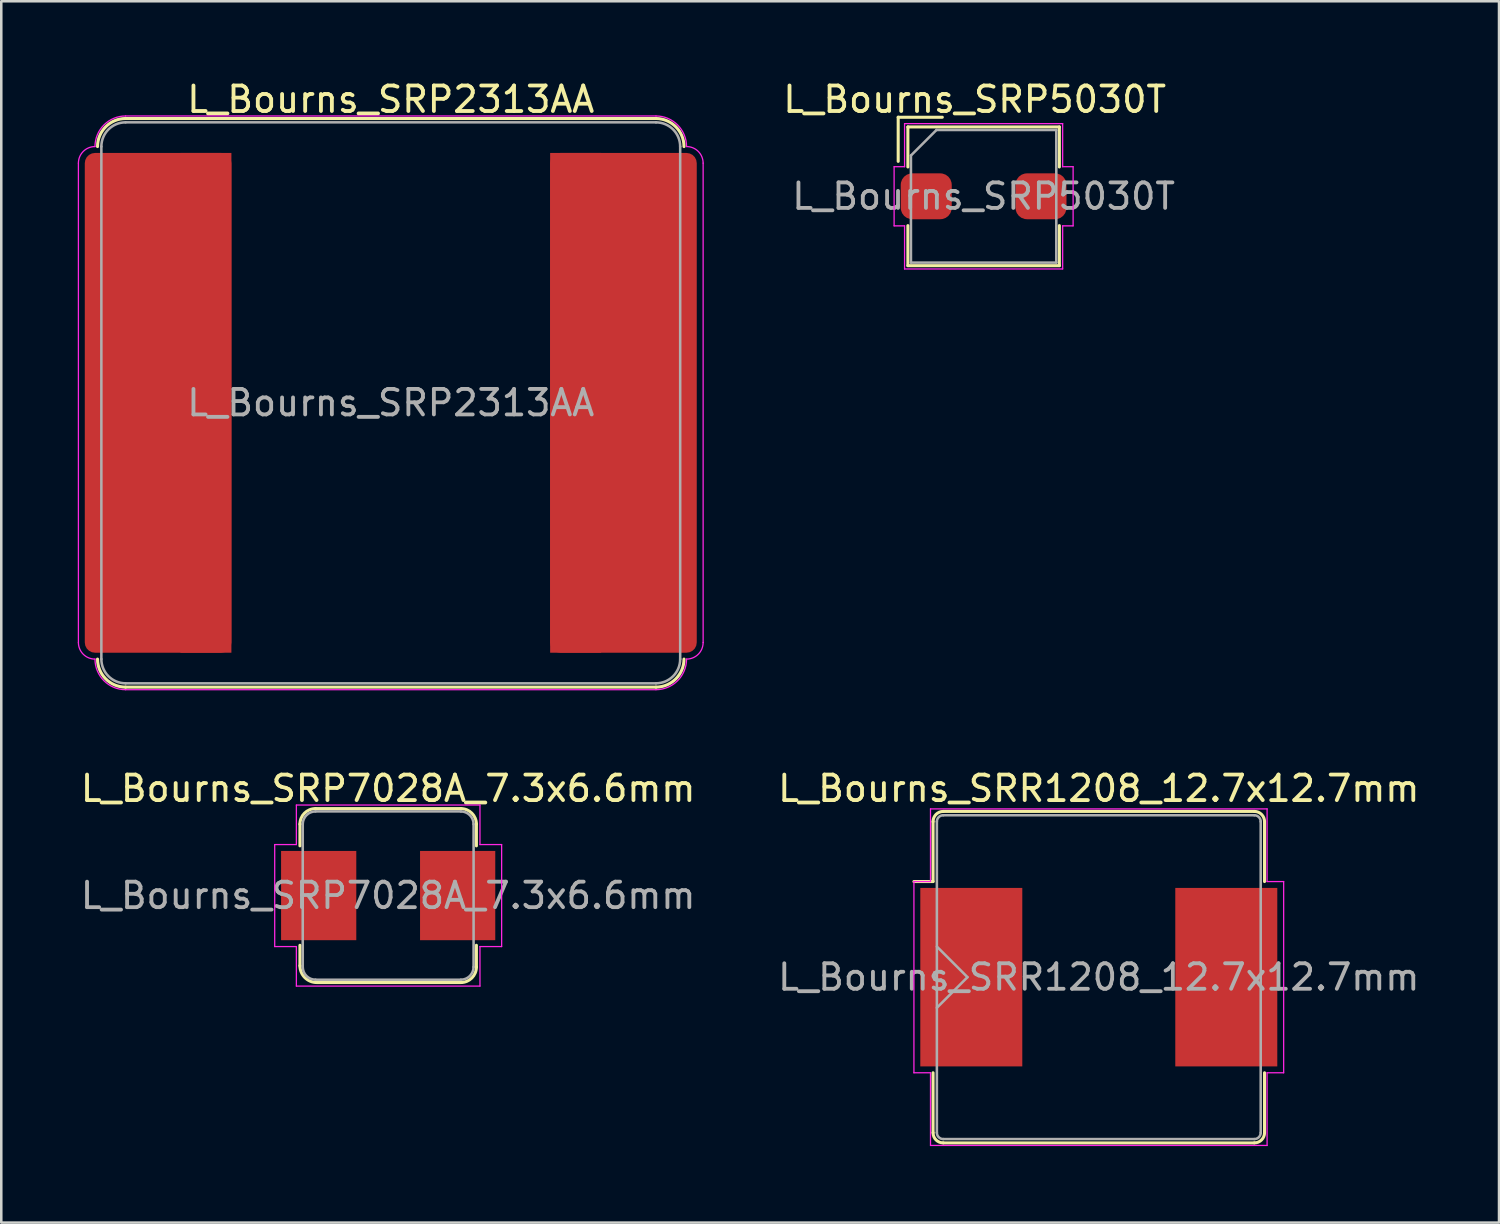
<source format=kicad_pcb>
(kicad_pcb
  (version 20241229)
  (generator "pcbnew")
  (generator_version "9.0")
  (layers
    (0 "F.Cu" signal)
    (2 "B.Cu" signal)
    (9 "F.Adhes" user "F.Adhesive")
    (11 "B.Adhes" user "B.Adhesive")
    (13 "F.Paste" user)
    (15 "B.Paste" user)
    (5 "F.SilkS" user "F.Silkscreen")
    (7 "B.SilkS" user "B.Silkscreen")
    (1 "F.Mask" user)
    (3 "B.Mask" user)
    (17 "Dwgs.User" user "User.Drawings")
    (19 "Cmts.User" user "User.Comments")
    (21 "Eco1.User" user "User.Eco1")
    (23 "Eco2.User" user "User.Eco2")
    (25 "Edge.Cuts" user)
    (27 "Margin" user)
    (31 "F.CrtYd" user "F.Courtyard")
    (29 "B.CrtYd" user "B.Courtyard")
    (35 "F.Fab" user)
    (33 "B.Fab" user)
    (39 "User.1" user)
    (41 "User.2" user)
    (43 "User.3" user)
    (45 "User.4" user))
  (footprint "L_Bourns_SRR1208_12.7x12.7mm"
    (layer "F.Cu")
    (at 40.042 35.272)
    (property "Reference" "L_Bourns_SRR1208_12.7x12.7mm" (at 0 -7.4 0) (layer "F.SilkS") (effects (font (size 1 1) (thickness 0.15))))
    (attr smd)
    (fp_line (start -6.5 -6.1) (end -6.5 -3.75) (stroke (width 0.12) (type solid)) (layer "F.SilkS"))
    (fp_line (start -6.5 -3.75) (end -7.25 -3.75) (stroke (width 0.12) (type solid)) (layer "F.SilkS"))
    (fp_line (start -6.5 3.75) (end -6.5 6.1) (stroke (width 0.12) (type solid)) (layer "F.SilkS"))
    (fp_line (start -6.1 -6.5) (end 6.1 -6.5) (stroke (width 0.12) (type solid)) (layer "F.SilkS"))
    (fp_line (start 6.1 6.5) (end -6.1 6.5) (stroke (width 0.12) (type solid)) (layer "F.SilkS"))
    (fp_line (start 6.5 -6.1) (end 6.5 -3.75) (stroke (width 0.12) (type solid)) (layer "F.SilkS"))
    (fp_line (start 6.5 3.75) (end 6.5 6.1) (stroke (width 0.12) (type solid)) (layer "F.SilkS"))
    (fp_arc (start -6.5 -6.1) (mid -6.382843 -6.382843) (end -6.1 -6.5) (stroke (width 0.12) (type solid)) (layer "F.SilkS"))
    (fp_arc (start -6.1 6.5) (mid -6.382843 6.382843) (end -6.5 6.1) (stroke (width 0.12) (type solid)) (layer "F.SilkS"))
    (fp_arc (start 6.1 -6.5) (mid 6.382843 -6.382843) (end 6.5 -6.1) (stroke (width 0.12) (type solid)) (layer "F.SilkS"))
    (fp_arc (start 6.5 6.1) (mid 6.382843 6.382843) (end 6.1 6.5) (stroke (width 0.12) (type solid)) (layer "F.SilkS"))
    (fp_line (start -7.25 -3.75) (end -7.25 3.75) (stroke (width 0.05) (type solid)) (layer "F.CrtYd"))
    (fp_line (start -7.25 -3.75) (end -6.6 -3.75) (stroke (width 0.05) (type solid)) (layer "F.CrtYd"))
    (fp_line (start -6.6 -6.6) (end -6.6 -3.75) (stroke (width 0.05) (type solid)) (layer "F.CrtYd"))
    (fp_line (start -6.6 -6.6) (end 6.6 -6.6) (stroke (width 0.05) (type solid)) (layer "F.CrtYd"))
    (fp_line (start -6.6 3.75) (end -7.25 3.75) (stroke (width 0.05) (type solid)) (layer "F.CrtYd"))
    (fp_line (start -6.6 6.6) (end -6.6 3.75) (stroke (width 0.05) (type solid)) (layer "F.CrtYd"))
    (fp_line (start 6.6 -6.6) (end 6.6 -3.75) (stroke (width 0.05) (type solid)) (layer "F.CrtYd"))
    (fp_line (start 6.6 3.75) (end 6.6 6.6) (stroke (width 0.05) (type solid)) (layer "F.CrtYd"))
    (fp_line (start 6.6 6.6) (end -6.6 6.6) (stroke (width 0.05) (type solid)) (layer "F.CrtYd"))
    (fp_line (start 7.25 -3.75) (end 6.6 -3.75) (stroke (width 0.05) (type solid)) (layer "F.CrtYd"))
    (fp_line (start 7.25 -3.75) (end 7.25 3.75) (stroke (width 0.05) (type solid)) (layer "F.CrtYd"))
    (fp_line (start 7.25 3.75) (end 6.6 3.75) (stroke (width 0.05) (type solid)) (layer "F.CrtYd"))
    (fp_line (start -6.35 -6.1) (end -6.35 6.1) (stroke (width 0.1) (type solid)) (layer "F.Fab"))
    (fp_line (start -6.1 -6.35) (end 6.1 -6.35) (stroke (width 0.1) (type solid)) (layer "F.Fab"))
    (fp_line (start -5.15 0) (end -6.35 -1.2) (stroke (width 0.1) (type solid)) (layer "F.Fab"))
    (fp_line (start -5.15 0) (end -6.35 1.2) (stroke (width 0.1) (type solid)) (layer "F.Fab"))
    (fp_line (start 6.1 6.35) (end -6.1 6.35) (stroke (width 0.1) (type solid)) (layer "F.Fab"))
    (fp_line (start 6.35 -6.1) (end 6.35 6.1) (stroke (width 0.1) (type solid)) (layer "F.Fab"))
    (fp_arc (start -6.35 -6.1) (mid -6.276777 -6.276777) (end -6.1 -6.35) (stroke (width 0.1) (type solid)) (layer "F.Fab"))
    (fp_arc (start -6.1 6.35) (mid -6.276777 6.276777) (end -6.35 6.1) (stroke (width 0.1) (type solid)) (layer "F.Fab"))
    (fp_arc (start 6.1 -6.35) (mid 6.276777 -6.276777) (end 6.35 -6.1) (stroke (width 0.1) (type solid)) (layer "F.Fab"))
    (fp_arc (start 6.35 6.1) (mid 6.276777 6.276777) (end 6.1 6.35) (stroke (width 0.1) (type solid)) (layer "F.Fab"))
    (fp_text user "${REFERENCE}" (at 0 0 0) (layer "F.Fab") (effects (font (size 1 1) (thickness 0.15))))
    (pad "1" smd rect (at -5 0) (size 4 7) (layers "F.Cu" "F.Mask" "F.Paste"))
    (pad "2" smd rect (at 5 0) (size 4 7) (layers "F.Cu" "F.Mask" "F.Paste")))
  (footprint "L_Bourns_SRP5030T"
    (layer "F.Cu")
    (at 35.525 4.648)
    (property "Reference" "L_Bourns_SRP5030T" (at -0.35 -3.8 0) (layer "F.SilkS") (effects (font (size 1 1) (thickness 0.15))))
    (attr smd)
    (fp_line (start -3.35 -3.1) (end -1.62 -3.1) (stroke (width 0.12) (type solid)) (layer "F.SilkS"))
    (fp_line (start -3.35 -1.37) (end -3.35 -3.1) (stroke (width 0.12) (type solid)) (layer "F.SilkS"))
    (fp_line (start -2.97 -2.72) (end -2.97 -1.15) (stroke (width 0.12) (type solid)) (layer "F.SilkS"))
    (fp_line (start -2.97 -2.72) (end 2.97 -2.72) (stroke (width 0.12) (type solid)) (layer "F.SilkS"))
    (fp_line (start -2.97 1.15) (end -2.97 2.72) (stroke (width 0.12) (type solid)) (layer "F.SilkS"))
    (fp_line (start -2.97 2.72) (end 2.97 2.72) (stroke (width 0.12) (type solid)) (layer "F.SilkS"))
    (fp_line (start 2.97 -2.72) (end 2.97 -1.15) (stroke (width 0.12) (type solid)) (layer "F.SilkS"))
    (fp_line (start 2.97 1.15) (end 2.97 2.72) (stroke (width 0.12) (type solid)) (layer "F.SilkS"))
    (fp_line (start -3.51 -1.16) (end -3.51 1.16) (stroke (width 0.05) (type solid)) (layer "F.CrtYd"))
    (fp_line (start -3.51 1.16) (end -3.1 1.16) (stroke (width 0.05) (type solid)) (layer "F.CrtYd"))
    (fp_line (start -3.1 -2.85) (end -3.1 -1.16) (stroke (width 0.05) (type solid)) (layer "F.CrtYd"))
    (fp_line (start -3.1 -2.85) (end 3.1 -2.85) (stroke (width 0.05) (type solid)) (layer "F.CrtYd"))
    (fp_line (start -3.1 -1.16) (end -3.51 -1.16) (stroke (width 0.05) (type solid)) (layer "F.CrtYd"))
    (fp_line (start -3.1 1.16) (end -3.1 2.85) (stroke (width 0.05) (type solid)) (layer "F.CrtYd"))
    (fp_line (start -3.1 2.85) (end 3.1 2.85) (stroke (width 0.05) (type solid)) (layer "F.CrtYd"))
    (fp_line (start 3.1 -2.85) (end 3.1 -1.16) (stroke (width 0.05) (type solid)) (layer "F.CrtYd"))
    (fp_line (start 3.1 -1.16) (end 3.51 -1.16) (stroke (width 0.05) (type solid)) (layer "F.CrtYd"))
    (fp_line (start 3.1 1.16) (end 3.1 2.85) (stroke (width 0.05) (type solid)) (layer "F.CrtYd"))
    (fp_line (start 3.51 -1.16) (end 3.51 1.16) (stroke (width 0.05) (type solid)) (layer "F.CrtYd"))
    (fp_line (start 3.51 1.16) (end 3.1 1.16) (stroke (width 0.05) (type solid)) (layer "F.CrtYd"))
    (fp_line (start -2.85 -1.6) (end -1.85 -2.6) (stroke (width 0.1) (type solid)) (layer "F.Fab"))
    (fp_line (start -2.85 2.6) (end -2.85 -1.6) (stroke (width 0.1) (type solid)) (layer "F.Fab"))
    (fp_line (start -1.85 -2.6) (end 2.85 -2.6) (stroke (width 0.1) (type solid)) (layer "F.Fab"))
    (fp_line (start 2.85 -2.6) (end 2.85 2.6) (stroke (width 0.1) (type solid)) (layer "F.Fab"))
    (fp_line (start 2.85 2.6) (end -2.85 2.6) (stroke (width 0.1) (type solid)) (layer "F.Fab"))
    (fp_text user "${REFERENCE}" (at 0 0 0) (layer "F.Fab") (effects (font (size 1 1) (thickness 0.15))))
    (pad "1" smd roundrect (at -2.25 0) (size 2 1.8) (layers "F.Cu" "F.Mask" "F.Paste") (roundrect_rratio 0.25))
    (pad "2" smd roundrect (at 2.25 0) (size 2 1.8) (layers "F.Cu" "F.Mask" "F.Paste") (roundrect_rratio 0.25)))
  (footprint "L_Bourns_SRP2313AA"
    (layer "F.Cu")
    (at 12.275 12.748)
    (property "Reference" "L_Bourns_SRP2313AA" (at 0 -11.9 0) (layer "F.SilkS") (effects (font (size 1 1) (thickness 0.15))))
    (attr smd)
    (fp_line (start -10.4 -11.15) (end 10.4 -11.15) (stroke (width 0.12) (type solid)) (layer "F.SilkS"))
    (fp_line (start 10.4 11.15) (end -10.4 11.15) (stroke (width 0.12) (type solid)) (layer "F.SilkS"))
    (fp_arc (start -11.5 -10.05) (mid -11.177817 -10.827817) (end -10.4 -11.15) (stroke (width 0.12) (type solid)) (layer "F.SilkS"))
    (fp_arc (start -10.4 11.15) (mid -11.177817 10.827817) (end -11.5 10.05) (stroke (width 0.12) (type solid)) (layer "F.SilkS"))
    (fp_arc (start 10.4 -11.15) (mid 11.177817 -10.827817) (end 11.5 -10.05) (stroke (width 0.12) (type solid)) (layer "F.SilkS"))
    (fp_arc (start 11.5 10.05) (mid 11.177817 10.827817) (end 10.4 11.15) (stroke (width 0.12) (type solid)) (layer "F.SilkS"))
    (fp_line (start -12.25 9.4) (end -12.25 -9.4) (stroke (width 0.05) (type solid)) (layer "F.CrtYd"))
    (fp_line (start -10.4 -11.25) (end 10.4 -11.25) (stroke (width 0.05) (type solid)) (layer "F.CrtYd"))
    (fp_line (start 10.4 11.25) (end -10.4 11.25) (stroke (width 0.05) (type solid)) (layer "F.CrtYd"))
    (fp_line (start 12.25 -9.4) (end 12.25 9.4) (stroke (width 0.05) (type solid)) (layer "F.CrtYd"))
    (fp_arc (start -12.25 -9.4) (mid -12.059619 -9.859619) (end -11.6 -10.05) (stroke (width 0.05) (type solid)) (layer "F.CrtYd"))
    (fp_arc (start -11.6 -10.05) (mid -11.248528 -10.898528) (end -10.4 -11.25) (stroke (width 0.05) (type solid)) (layer "F.CrtYd"))
    (fp_arc (start -11.6 10.05) (mid -12.059619 9.859619) (end -12.25 9.4) (stroke (width 0.05) (type solid)) (layer "F.CrtYd"))
    (fp_arc (start -10.4 11.25) (mid -11.248528 10.898528) (end -11.6 10.05) (stroke (width 0.05) (type solid)) (layer "F.CrtYd"))
    (fp_arc (start 10.4 -11.25) (mid 11.248528 -10.898528) (end 11.6 -10.05) (stroke (width 0.05) (type solid)) (layer "F.CrtYd"))
    (fp_arc (start 11.6 -10.05) (mid 12.059619 -9.859619) (end 12.25 -9.4) (stroke (width 0.05) (type solid)) (layer "F.CrtYd"))
    (fp_arc (start 11.6 10.05) (mid 11.248528 10.898528) (end 10.4 11.25) (stroke (width 0.05) (type solid)) (layer "F.CrtYd"))
    (fp_arc (start 12.25 9.4) (mid 12.059619 9.859619) (end 11.6 10.05) (stroke (width 0.05) (type solid)) (layer "F.CrtYd"))
    (fp_line (start -11.35 -10.05) (end -11.35 10.05) (stroke (width 0.1) (type solid)) (layer "F.Fab"))
    (fp_line (start -10.4 -11) (end 10.4 -11) (stroke (width 0.1) (type solid)) (layer "F.Fab"))
    (fp_line (start 10.4 11) (end -10.4 11) (stroke (width 0.1) (type solid)) (layer "F.Fab"))
    (fp_line (start 11.35 -10.05) (end 11.35 10.05) (stroke (width 0.1) (type solid)) (layer "F.Fab"))
    (fp_arc (start -11.35 -10.05) (mid -11.071751 -10.721751) (end -10.4 -11) (stroke (width 0.1) (type solid)) (layer "F.Fab"))
    (fp_arc (start -10.4 11) (mid -11.071751 10.721751) (end -11.35 10.05) (stroke (width 0.1) (type solid)) (layer "F.Fab"))
    (fp_arc (start 10.4 -11) (mid 11.071751 -10.721751) (end 11.35 -10.05) (stroke (width 0.1) (type solid)) (layer "F.Fab"))
    (fp_arc (start 11.35 10.05) (mid 11.071751 10.721751) (end 10.4 11) (stroke (width 0.1) (type solid)) (layer "F.Fab"))
    (fp_text user "${REFERENCE}" (at 0 0 0) (layer "F.Fab") (effects (font (size 1 1) (thickness 0.15))))
    (pad "1" smd roundrect (at -9.125 0) (size 5.75 19.6) (layers "F.Cu" "F.Mask" "F.Paste") (roundrect_rratio 0.07))
    (pad "1" smd rect (at -7.25 0) (size 2 19.6) (layers "F.Cu" "F.Mask" "F.Paste"))
    (pad "2" smd rect (at 7.25 0) (size 2 19.6) (layers "F.Cu" "F.Mask" "F.Paste"))
    (pad "2" smd roundrect (at 9.125 0) (size 5.75 19.6) (layers "F.Cu" "F.Mask" "F.Paste") (roundrect_rratio 0.07)))
  (footprint "L_Bourns_SRP7028A_7.3x6.6mm"
    (layer "F.Cu")
    (at 12.173 32.072)
    (property "Reference" "L_Bourns_SRP7028A_7.3x6.6mm" (at 0 -4.2 0) (layer "F.SilkS") (effects (font (size 1 1) (thickness 0.15))))
    (attr smd)
    (fp_line (start -3.46 -1.95) (end -3.46 -2.8) (stroke (width 0.12) (type solid)) (layer "F.SilkS"))
    (fp_line (start -3.46 2.75) (end -3.46 1.95) (stroke (width 0.12) (type solid)) (layer "F.SilkS"))
    (fp_line (start -2.85 -3.41) (end 2.85 -3.41) (stroke (width 0.12) (type solid)) (layer "F.SilkS"))
    (fp_line (start 2.85 3.41) (end -2.8 3.41) (stroke (width 0.12) (type solid)) (layer "F.SilkS"))
    (fp_line (start 3.46 -2.8) (end 3.46 -1.95) (stroke (width 0.12) (type solid)) (layer "F.SilkS"))
    (fp_line (start 3.46 1.95) (end 3.46 2.8) (stroke (width 0.12) (type solid)) (layer "F.SilkS"))
    (fp_arc (start -3.46 -2.8) (mid -3.281335 -3.231335) (end -2.85 -3.41) (stroke (width 0.12) (type solid)) (layer "F.SilkS"))
    (fp_arc (start -2.8 3.41) (mid -3.26669 3.21669) (end -3.46 2.75) (stroke (width 0.12) (type solid)) (layer "F.SilkS"))
    (fp_arc (start 2.85 -3.41) (mid 3.281335 -3.231335) (end 3.46 -2.8) (stroke (width 0.12) (type solid)) (layer "F.SilkS"))
    (fp_arc (start 3.46 2.8) (mid 3.281335 3.231335) (end 2.85 3.41) (stroke (width 0.12) (type solid)) (layer "F.SilkS"))
    (fp_line (start -4.45 -2) (end -3.6 -2) (stroke (width 0.05) (type solid)) (layer "F.CrtYd"))
    (fp_line (start -4.45 2) (end -4.45 -2) (stroke (width 0.05) (type solid)) (layer "F.CrtYd"))
    (fp_line (start -3.6 -3.55) (end 3.6 -3.55) (stroke (width 0.05) (type solid)) (layer "F.CrtYd"))
    (fp_line (start -3.6 -2) (end -3.6 -3.55) (stroke (width 0.05) (type solid)) (layer "F.CrtYd"))
    (fp_line (start -3.6 2) (end -4.45 2) (stroke (width 0.05) (type solid)) (layer "F.CrtYd"))
    (fp_line (start -3.6 3.55) (end -3.6 2) (stroke (width 0.05) (type solid)) (layer "F.CrtYd"))
    (fp_line (start 3.6 -3.55) (end 3.6 -2) (stroke (width 0.05) (type solid)) (layer "F.CrtYd"))
    (fp_line (start 3.6 -2) (end 4.45 -2) (stroke (width 0.05) (type solid)) (layer "F.CrtYd"))
    (fp_line (start 3.6 2) (end 3.6 3.55) (stroke (width 0.05) (type solid)) (layer "F.CrtYd"))
    (fp_line (start 3.6 3.55) (end -3.6 3.55) (stroke (width 0.05) (type solid)) (layer "F.CrtYd"))
    (fp_line (start 4.45 -2) (end 4.45 2) (stroke (width 0.05) (type solid)) (layer "F.CrtYd"))
    (fp_line (start 4.45 2) (end 3.6 2) (stroke (width 0.05) (type solid)) (layer "F.CrtYd"))
    (fp_line (start -3.35 2.8) (end -3.35 -2.8) (stroke (width 0.1) (type solid)) (layer "F.Fab"))
    (fp_line (start -2.85 -3.3) (end 2.85 -3.3) (stroke (width 0.1) (type solid)) (layer "F.Fab"))
    (fp_line (start 2.85 3.3) (end -2.85 3.3) (stroke (width 0.1) (type solid)) (layer "F.Fab"))
    (fp_line (start 3.35 -2.8) (end 3.35 2.8) (stroke (width 0.1) (type solid)) (layer "F.Fab"))
    (fp_arc (start -3.35 -2.8) (mid -3.203553 -3.153553) (end -2.85 -3.3) (stroke (width 0.1) (type solid)) (layer "F.Fab"))
    (fp_arc (start -2.85 3.3) (mid -3.203553 3.153553) (end -3.35 2.8) (stroke (width 0.1) (type solid)) (layer "F.Fab"))
    (fp_arc (start 2.85 -3.3) (mid 3.203553 -3.153553) (end 3.35 -2.8) (stroke (width 0.1) (type solid)) (layer "F.Fab"))
    (fp_arc (start 3.35 2.8) (mid 3.203553 3.153553) (end 2.85 3.3) (stroke (width 0.1) (type solid)) (layer "F.Fab"))
    (fp_text user "${REFERENCE}" (at 0 0 0) (layer "F.Fab") (effects (font (size 1 1) (thickness 0.15))))
    (pad "1" smd rect (at -2.725 0) (size 2.95 3.5) (layers "F.Cu" "F.Mask" "F.Paste"))
    (pad "2" smd rect (at 2.725 0) (size 2.95 3.5) (layers "F.Cu" "F.Mask" "F.Paste")))
  (gr_rect
    (start -3 -3)
    (end 55.738 44.897)
    (stroke (width 0.1) (type default))
    (fill no)
    (layer "Edge.Cuts")))
</source>
